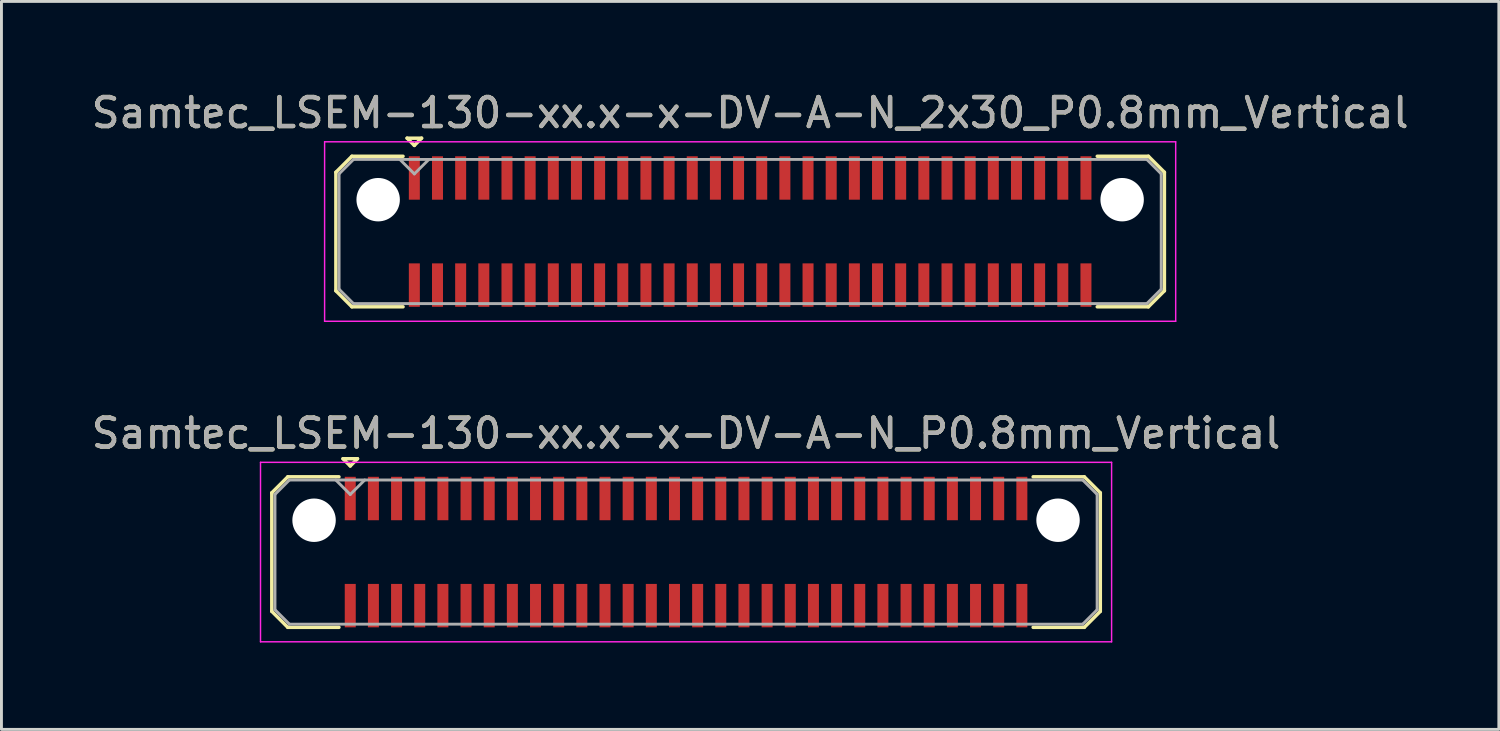
<source format=kicad_pcb>
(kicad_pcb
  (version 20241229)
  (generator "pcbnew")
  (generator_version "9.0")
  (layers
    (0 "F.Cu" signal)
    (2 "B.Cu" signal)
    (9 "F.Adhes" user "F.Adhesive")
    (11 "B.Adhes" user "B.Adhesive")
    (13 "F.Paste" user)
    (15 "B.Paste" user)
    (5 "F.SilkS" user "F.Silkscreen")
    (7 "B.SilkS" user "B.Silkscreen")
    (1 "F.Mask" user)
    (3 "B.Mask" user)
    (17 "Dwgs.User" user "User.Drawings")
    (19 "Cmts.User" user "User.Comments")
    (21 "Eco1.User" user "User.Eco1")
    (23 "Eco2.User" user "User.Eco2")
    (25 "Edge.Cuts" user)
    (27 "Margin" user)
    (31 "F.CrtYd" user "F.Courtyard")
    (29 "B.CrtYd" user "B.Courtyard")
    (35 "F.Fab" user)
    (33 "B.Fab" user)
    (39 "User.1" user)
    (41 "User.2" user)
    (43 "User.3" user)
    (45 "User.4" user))
  (footprint "Samtec_LSEM-130-xx.x-x-DV-A-N_P0.8mm_Vertical"
    (layer "F.Cu")
    (at 20.649 16.021)
    (property "Reference" "Samtec_LSEM-130-xx.x-x-DV-A-N_P0.8mm_Vertical" (at 0 -4.1 0) (layer "F.SilkS") (effects (font (size 1 1) (thickness 0.15))))
    (attr smd)
    (fp_line (start -14.31 -2.047) (end -14.31 2.047) (stroke (width 0.12) (type solid)) (layer "F.SilkS"))
    (fp_line (start -14.31 2.047) (end -13.757 2.6) (stroke (width 0.12) (type solid)) (layer "F.SilkS"))
    (fp_line (start -13.757 -2.6) (end -14.31 -2.047) (stroke (width 0.12) (type solid)) (layer "F.SilkS"))
    (fp_line (start -13.757 2.6) (end -11.99 2.6) (stroke (width 0.12) (type solid)) (layer "F.SilkS"))
    (fp_line (start -11.99 -2.6) (end -13.757 -2.6) (stroke (width 0.12) (type solid)) (layer "F.SilkS"))
    (fp_line (start -11.85 -3.225) (end -11.35 -3.225) (stroke (width 0.12) (type solid)) (layer "F.SilkS"))
    (fp_line (start -11.6 -2.975) (end -11.85 -3.225) (stroke (width 0.12) (type solid)) (layer "F.SilkS"))
    (fp_line (start -11.35 -3.225) (end -11.6 -2.975) (stroke (width 0.12) (type solid)) (layer "F.SilkS"))
    (fp_line (start 11.99 -2.6) (end 13.757 -2.6) (stroke (width 0.12) (type solid)) (layer "F.SilkS"))
    (fp_line (start 13.757 -2.6) (end 14.31 -2.047) (stroke (width 0.12) (type solid)) (layer "F.SilkS"))
    (fp_line (start 13.757 2.6) (end 11.99 2.6) (stroke (width 0.12) (type solid)) (layer "F.SilkS"))
    (fp_line (start 14.31 -2.047) (end 14.31 2.047) (stroke (width 0.12) (type solid)) (layer "F.SilkS"))
    (fp_line (start 14.31 2.047) (end 13.757 2.6) (stroke (width 0.12) (type solid)) (layer "F.SilkS"))
    (fp_line (start -14.7 -3.1) (end -14.7 3.1) (stroke (width 0.05) (type solid)) (layer "F.CrtYd"))
    (fp_line (start -14.7 3.1) (end 14.7 3.1) (stroke (width 0.05) (type solid)) (layer "F.CrtYd"))
    (fp_line (start 14.7 -3.1) (end -14.7 -3.1) (stroke (width 0.05) (type solid)) (layer "F.CrtYd"))
    (fp_line (start 14.7 3.1) (end 14.7 -3.1) (stroke (width 0.05) (type solid)) (layer "F.CrtYd"))
    (fp_line (start -14.2 -1.992) (end -14.2 1.992) (stroke (width 0.1) (type solid)) (layer "F.Fab"))
    (fp_line (start -14.2 1.992) (end -13.702 2.49) (stroke (width 0.1) (type solid)) (layer "F.Fab"))
    (fp_line (start -13.702 -2.49) (end -14.2 -1.992) (stroke (width 0.1) (type solid)) (layer "F.Fab"))
    (fp_line (start -13.702 2.49) (end 13.702 2.49) (stroke (width 0.1) (type solid)) (layer "F.Fab"))
    (fp_line (start -11.6 -1.99) (end -12.1 -2.49) (stroke (width 0.1) (type solid)) (layer "F.Fab"))
    (fp_line (start -11.1 -2.49) (end -11.6 -1.99) (stroke (width 0.1) (type solid)) (layer "F.Fab"))
    (fp_line (start 13.702 -2.49) (end -13.702 -2.49) (stroke (width 0.1) (type solid)) (layer "F.Fab"))
    (fp_line (start 13.702 2.49) (end 14.2 1.992) (stroke (width 0.1) (type solid)) (layer "F.Fab"))
    (fp_line (start 14.2 -1.992) (end 13.702 -2.49) (stroke (width 0.1) (type solid)) (layer "F.Fab"))
    (fp_line (start 14.2 1.992) (end 14.2 -1.992) (stroke (width 0.1) (type solid)) (layer "F.Fab"))
    (fp_text user "${REFERENCE}" (at 0 -4.1 0) (layer "F.Fab") (effects (font (size 1 1) (thickness 0.15))))
    (pad "" np_thru_hole circle (at -12.85 -1.1) (size 1.5 1.5) (drill 1.5) (layers "*.Cu" "*.Mask"))
    (pad "" np_thru_hole circle (at 12.85 -1.1) (size 1.5 1.5) (drill 1.5) (layers "*.Cu" "*.Mask"))
    (pad "1" smd rect (at -11.6 -1.85) (size 0.38 1.5) (layers "F.Cu" "F.Mask" "F.Paste"))
    (pad "2" smd rect (at -11.6 1.85) (size 0.38 1.5) (layers "F.Cu" "F.Mask" "F.Paste"))
    (pad "3" smd rect (at -10.8 -1.85) (size 0.38 1.5) (layers "F.Cu" "F.Mask" "F.Paste"))
    (pad "4" smd rect (at -10.8 1.85) (size 0.38 1.5) (layers "F.Cu" "F.Mask" "F.Paste"))
    (pad "5" smd rect (at -10 -1.85) (size 0.38 1.5) (layers "F.Cu" "F.Mask" "F.Paste"))
    (pad "6" smd rect (at -10 1.85) (size 0.38 1.5) (layers "F.Cu" "F.Mask" "F.Paste"))
    (pad "7" smd rect (at -9.2 -1.85) (size 0.38 1.5) (layers "F.Cu" "F.Mask" "F.Paste"))
    (pad "8" smd rect (at -9.2 1.85) (size 0.38 1.5) (layers "F.Cu" "F.Mask" "F.Paste"))
    (pad "9" smd rect (at -8.4 -1.85) (size 0.38 1.5) (layers "F.Cu" "F.Mask" "F.Paste"))
    (pad "10" smd rect (at -8.4 1.85) (size 0.38 1.5) (layers "F.Cu" "F.Mask" "F.Paste"))
    (pad "11" smd rect (at -7.6 -1.85) (size 0.38 1.5) (layers "F.Cu" "F.Mask" "F.Paste"))
    (pad "12" smd rect (at -7.6 1.85) (size 0.38 1.5) (layers "F.Cu" "F.Mask" "F.Paste"))
    (pad "13" smd rect (at -6.8 -1.85) (size 0.38 1.5) (layers "F.Cu" "F.Mask" "F.Paste"))
    (pad "14" smd rect (at -6.8 1.85) (size 0.38 1.5) (layers "F.Cu" "F.Mask" "F.Paste"))
    (pad "15" smd rect (at -6 -1.85) (size 0.38 1.5) (layers "F.Cu" "F.Mask" "F.Paste"))
    (pad "16" smd rect (at -6 1.85) (size 0.38 1.5) (layers "F.Cu" "F.Mask" "F.Paste"))
    (pad "17" smd rect (at -5.2 -1.85) (size 0.38 1.5) (layers "F.Cu" "F.Mask" "F.Paste"))
    (pad "18" smd rect (at -5.2 1.85) (size 0.38 1.5) (layers "F.Cu" "F.Mask" "F.Paste"))
    (pad "19" smd rect (at -4.4 -1.85) (size 0.38 1.5) (layers "F.Cu" "F.Mask" "F.Paste"))
    (pad "20" smd rect (at -4.4 1.85) (size 0.38 1.5) (layers "F.Cu" "F.Mask" "F.Paste"))
    (pad "21" smd rect (at -3.6 -1.85) (size 0.38 1.5) (layers "F.Cu" "F.Mask" "F.Paste"))
    (pad "22" smd rect (at -3.6 1.85) (size 0.38 1.5) (layers "F.Cu" "F.Mask" "F.Paste"))
    (pad "23" smd rect (at -2.8 -1.85) (size 0.38 1.5) (layers "F.Cu" "F.Mask" "F.Paste"))
    (pad "24" smd rect (at -2.8 1.85) (size 0.38 1.5) (layers "F.Cu" "F.Mask" "F.Paste"))
    (pad "25" smd rect (at -2 -1.85) (size 0.38 1.5) (layers "F.Cu" "F.Mask" "F.Paste"))
    (pad "26" smd rect (at -2 1.85) (size 0.38 1.5) (layers "F.Cu" "F.Mask" "F.Paste"))
    (pad "27" smd rect (at -1.2 -1.85) (size 0.38 1.5) (layers "F.Cu" "F.Mask" "F.Paste"))
    (pad "28" smd rect (at -1.2 1.85) (size 0.38 1.5) (layers "F.Cu" "F.Mask" "F.Paste"))
    (pad "29" smd rect (at -0.4 -1.85) (size 0.38 1.5) (layers "F.Cu" "F.Mask" "F.Paste"))
    (pad "30" smd rect (at -0.4 1.85) (size 0.38 1.5) (layers "F.Cu" "F.Mask" "F.Paste"))
    (pad "31" smd rect (at 0.4 -1.85) (size 0.38 1.5) (layers "F.Cu" "F.Mask" "F.Paste"))
    (pad "32" smd rect (at 0.4 1.85) (size 0.38 1.5) (layers "F.Cu" "F.Mask" "F.Paste"))
    (pad "33" smd rect (at 1.2 -1.85) (size 0.38 1.5) (layers "F.Cu" "F.Mask" "F.Paste"))
    (pad "34" smd rect (at 1.2 1.85) (size 0.38 1.5) (layers "F.Cu" "F.Mask" "F.Paste"))
    (pad "35" smd rect (at 2 -1.85) (size 0.38 1.5) (layers "F.Cu" "F.Mask" "F.Paste"))
    (pad "36" smd rect (at 2 1.85) (size 0.38 1.5) (layers "F.Cu" "F.Mask" "F.Paste"))
    (pad "37" smd rect (at 2.8 -1.85) (size 0.38 1.5) (layers "F.Cu" "F.Mask" "F.Paste"))
    (pad "38" smd rect (at 2.8 1.85) (size 0.38 1.5) (layers "F.Cu" "F.Mask" "F.Paste"))
    (pad "39" smd rect (at 3.6 -1.85) (size 0.38 1.5) (layers "F.Cu" "F.Mask" "F.Paste"))
    (pad "40" smd rect (at 3.6 1.85) (size 0.38 1.5) (layers "F.Cu" "F.Mask" "F.Paste"))
    (pad "41" smd rect (at 4.4 -1.85) (size 0.38 1.5) (layers "F.Cu" "F.Mask" "F.Paste"))
    (pad "42" smd rect (at 4.4 1.85) (size 0.38 1.5) (layers "F.Cu" "F.Mask" "F.Paste"))
    (pad "43" smd rect (at 5.2 -1.85) (size 0.38 1.5) (layers "F.Cu" "F.Mask" "F.Paste"))
    (pad "44" smd rect (at 5.2 1.85) (size 0.38 1.5) (layers "F.Cu" "F.Mask" "F.Paste"))
    (pad "45" smd rect (at 6 -1.85) (size 0.38 1.5) (layers "F.Cu" "F.Mask" "F.Paste"))
    (pad "46" smd rect (at 6 1.85) (size 0.38 1.5) (layers "F.Cu" "F.Mask" "F.Paste"))
    (pad "47" smd rect (at 6.8 -1.85) (size 0.38 1.5) (layers "F.Cu" "F.Mask" "F.Paste"))
    (pad "48" smd rect (at 6.8 1.85) (size 0.38 1.5) (layers "F.Cu" "F.Mask" "F.Paste"))
    (pad "49" smd rect (at 7.6 -1.85) (size 0.38 1.5) (layers "F.Cu" "F.Mask" "F.Paste"))
    (pad "50" smd rect (at 7.6 1.85) (size 0.38 1.5) (layers "F.Cu" "F.Mask" "F.Paste"))
    (pad "51" smd rect (at 8.4 -1.85) (size 0.38 1.5) (layers "F.Cu" "F.Mask" "F.Paste"))
    (pad "52" smd rect (at 8.4 1.85) (size 0.38 1.5) (layers "F.Cu" "F.Mask" "F.Paste"))
    (pad "53" smd rect (at 9.2 -1.85) (size 0.38 1.5) (layers "F.Cu" "F.Mask" "F.Paste"))
    (pad "54" smd rect (at 9.2 1.85) (size 0.38 1.5) (layers "F.Cu" "F.Mask" "F.Paste"))
    (pad "55" smd rect (at 10 -1.85) (size 0.38 1.5) (layers "F.Cu" "F.Mask" "F.Paste"))
    (pad "56" smd rect (at 10 1.85) (size 0.38 1.5) (layers "F.Cu" "F.Mask" "F.Paste"))
    (pad "57" smd rect (at 10.8 -1.85) (size 0.38 1.5) (layers "F.Cu" "F.Mask" "F.Paste"))
    (pad "58" smd rect (at 10.8 1.85) (size 0.38 1.5) (layers "F.Cu" "F.Mask" "F.Paste"))
    (pad "59" smd rect (at 11.6 -1.85) (size 0.38 1.5) (layers "F.Cu" "F.Mask" "F.Paste"))
    (pad "60" smd rect (at 11.6 1.85) (size 0.38 1.5) (layers "F.Cu" "F.Mask" "F.Paste")))
  (footprint "Samtec_LSEM-130-xx.x-x-DV-A-N_2x30_P0.8mm_Vertical"
    (layer "F.Cu")
    (at 22.863 4.948)
    (property "Reference" "Samtec_LSEM-130-xx.x-x-DV-A-N_2x30_P0.8mm_Vertical" (at 0 -4.1 0) (layer "F.SilkS") (effects (font (size 1 1) (thickness 0.15))))
    (attr smd)
    (fp_line (start -14.31 -2.047) (end -14.31 2.047) (stroke (width 0.12) (type solid)) (layer "F.SilkS"))
    (fp_line (start -14.31 2.047) (end -13.757 2.6) (stroke (width 0.12) (type solid)) (layer "F.SilkS"))
    (fp_line (start -13.757 -2.6) (end -14.31 -2.047) (stroke (width 0.12) (type solid)) (layer "F.SilkS"))
    (fp_line (start -13.757 2.6) (end -11.99 2.6) (stroke (width 0.12) (type solid)) (layer "F.SilkS"))
    (fp_line (start -11.99 -2.6) (end -13.757 -2.6) (stroke (width 0.12) (type solid)) (layer "F.SilkS"))
    (fp_line (start -11.85 -3.225) (end -11.35 -3.225) (stroke (width 0.12) (type solid)) (layer "F.SilkS"))
    (fp_line (start -11.6 -2.975) (end -11.85 -3.225) (stroke (width 0.12) (type solid)) (layer "F.SilkS"))
    (fp_line (start -11.35 -3.225) (end -11.6 -2.975) (stroke (width 0.12) (type solid)) (layer "F.SilkS"))
    (fp_line (start 11.99 -2.6) (end 13.757 -2.6) (stroke (width 0.12) (type solid)) (layer "F.SilkS"))
    (fp_line (start 13.757 -2.6) (end 14.31 -2.047) (stroke (width 0.12) (type solid)) (layer "F.SilkS"))
    (fp_line (start 13.757 2.6) (end 11.99 2.6) (stroke (width 0.12) (type solid)) (layer "F.SilkS"))
    (fp_line (start 14.31 -2.047) (end 14.31 2.047) (stroke (width 0.12) (type solid)) (layer "F.SilkS"))
    (fp_line (start 14.31 2.047) (end 13.757 2.6) (stroke (width 0.12) (type solid)) (layer "F.SilkS"))
    (fp_line (start -14.7 -3.1) (end -14.7 3.1) (stroke (width 0.05) (type solid)) (layer "F.CrtYd"))
    (fp_line (start -14.7 3.1) (end 14.7 3.1) (stroke (width 0.05) (type solid)) (layer "F.CrtYd"))
    (fp_line (start 14.7 -3.1) (end -14.7 -3.1) (stroke (width 0.05) (type solid)) (layer "F.CrtYd"))
    (fp_line (start 14.7 3.1) (end 14.7 -3.1) (stroke (width 0.05) (type solid)) (layer "F.CrtYd"))
    (fp_line (start -14.2 -1.992) (end -14.2 1.992) (stroke (width 0.1) (type solid)) (layer "F.Fab"))
    (fp_line (start -14.2 1.992) (end -13.702 2.49) (stroke (width 0.1) (type solid)) (layer "F.Fab"))
    (fp_line (start -13.702 -2.49) (end -14.2 -1.992) (stroke (width 0.1) (type solid)) (layer "F.Fab"))
    (fp_line (start -13.702 2.49) (end 13.702 2.49) (stroke (width 0.1) (type solid)) (layer "F.Fab"))
    (fp_line (start -11.6 -1.99) (end -12.1 -2.49) (stroke (width 0.1) (type solid)) (layer "F.Fab"))
    (fp_line (start -11.1 -2.49) (end -11.6 -1.99) (stroke (width 0.1) (type solid)) (layer "F.Fab"))
    (fp_line (start 13.702 -2.49) (end -13.702 -2.49) (stroke (width 0.1) (type solid)) (layer "F.Fab"))
    (fp_line (start 13.702 2.49) (end 14.2 1.992) (stroke (width 0.1) (type solid)) (layer "F.Fab"))
    (fp_line (start 14.2 -1.992) (end 13.702 -2.49) (stroke (width 0.1) (type solid)) (layer "F.Fab"))
    (fp_line (start 14.2 1.992) (end 14.2 -1.992) (stroke (width 0.1) (type solid)) (layer "F.Fab"))
    (fp_text user "${REFERENCE}" (at 0 -4.1 0) (layer "F.Fab") (effects (font (size 1 1) (thickness 0.15))))
    (pad "" np_thru_hole circle (at -12.85 -1.1) (size 1.5 1.5) (drill 1.5) (layers "*.Cu" "*.Mask"))
    (pad "" np_thru_hole circle (at 12.85 -1.1) (size 1.5 1.5) (drill 1.5) (layers "*.Cu" "*.Mask"))
    (pad "1" smd rect (at -11.6 -1.85) (size 0.38 1.5) (layers "F.Cu" "F.Mask" "F.Paste"))
    (pad "2" smd rect (at -11.6 1.85) (size 0.38 1.5) (layers "F.Cu" "F.Mask" "F.Paste"))
    (pad "3" smd rect (at -10.8 -1.85) (size 0.38 1.5) (layers "F.Cu" "F.Mask" "F.Paste"))
    (pad "4" smd rect (at -10.8 1.85) (size 0.38 1.5) (layers "F.Cu" "F.Mask" "F.Paste"))
    (pad "5" smd rect (at -10 -1.85) (size 0.38 1.5) (layers "F.Cu" "F.Mask" "F.Paste"))
    (pad "6" smd rect (at -10 1.85) (size 0.38 1.5) (layers "F.Cu" "F.Mask" "F.Paste"))
    (pad "7" smd rect (at -9.2 -1.85) (size 0.38 1.5) (layers "F.Cu" "F.Mask" "F.Paste"))
    (pad "8" smd rect (at -9.2 1.85) (size 0.38 1.5) (layers "F.Cu" "F.Mask" "F.Paste"))
    (pad "9" smd rect (at -8.4 -1.85) (size 0.38 1.5) (layers "F.Cu" "F.Mask" "F.Paste"))
    (pad "10" smd rect (at -8.4 1.85) (size 0.38 1.5) (layers "F.Cu" "F.Mask" "F.Paste"))
    (pad "11" smd rect (at -7.6 -1.85) (size 0.38 1.5) (layers "F.Cu" "F.Mask" "F.Paste"))
    (pad "12" smd rect (at -7.6 1.85) (size 0.38 1.5) (layers "F.Cu" "F.Mask" "F.Paste"))
    (pad "13" smd rect (at -6.8 -1.85) (size 0.38 1.5) (layers "F.Cu" "F.Mask" "F.Paste"))
    (pad "14" smd rect (at -6.8 1.85) (size 0.38 1.5) (layers "F.Cu" "F.Mask" "F.Paste"))
    (pad "15" smd rect (at -6 -1.85) (size 0.38 1.5) (layers "F.Cu" "F.Mask" "F.Paste"))
    (pad "16" smd rect (at -6 1.85) (size 0.38 1.5) (layers "F.Cu" "F.Mask" "F.Paste"))
    (pad "17" smd rect (at -5.2 -1.85) (size 0.38 1.5) (layers "F.Cu" "F.Mask" "F.Paste"))
    (pad "18" smd rect (at -5.2 1.85) (size 0.38 1.5) (layers "F.Cu" "F.Mask" "F.Paste"))
    (pad "19" smd rect (at -4.4 -1.85) (size 0.38 1.5) (layers "F.Cu" "F.Mask" "F.Paste"))
    (pad "20" smd rect (at -4.4 1.85) (size 0.38 1.5) (layers "F.Cu" "F.Mask" "F.Paste"))
    (pad "21" smd rect (at -3.6 -1.85) (size 0.38 1.5) (layers "F.Cu" "F.Mask" "F.Paste"))
    (pad "22" smd rect (at -3.6 1.85) (size 0.38 1.5) (layers "F.Cu" "F.Mask" "F.Paste"))
    (pad "23" smd rect (at -2.8 -1.85) (size 0.38 1.5) (layers "F.Cu" "F.Mask" "F.Paste"))
    (pad "24" smd rect (at -2.8 1.85) (size 0.38 1.5) (layers "F.Cu" "F.Mask" "F.Paste"))
    (pad "25" smd rect (at -2 -1.85) (size 0.38 1.5) (layers "F.Cu" "F.Mask" "F.Paste"))
    (pad "26" smd rect (at -2 1.85) (size 0.38 1.5) (layers "F.Cu" "F.Mask" "F.Paste"))
    (pad "27" smd rect (at -1.2 -1.85) (size 0.38 1.5) (layers "F.Cu" "F.Mask" "F.Paste"))
    (pad "28" smd rect (at -1.2 1.85) (size 0.38 1.5) (layers "F.Cu" "F.Mask" "F.Paste"))
    (pad "29" smd rect (at -0.4 -1.85) (size 0.38 1.5) (layers "F.Cu" "F.Mask" "F.Paste"))
    (pad "30" smd rect (at -0.4 1.85) (size 0.38 1.5) (layers "F.Cu" "F.Mask" "F.Paste"))
    (pad "31" smd rect (at 0.4 -1.85) (size 0.38 1.5) (layers "F.Cu" "F.Mask" "F.Paste"))
    (pad "32" smd rect (at 0.4 1.85) (size 0.38 1.5) (layers "F.Cu" "F.Mask" "F.Paste"))
    (pad "33" smd rect (at 1.2 -1.85) (size 0.38 1.5) (layers "F.Cu" "F.Mask" "F.Paste"))
    (pad "34" smd rect (at 1.2 1.85) (size 0.38 1.5) (layers "F.Cu" "F.Mask" "F.Paste"))
    (pad "35" smd rect (at 2 -1.85) (size 0.38 1.5) (layers "F.Cu" "F.Mask" "F.Paste"))
    (pad "36" smd rect (at 2 1.85) (size 0.38 1.5) (layers "F.Cu" "F.Mask" "F.Paste"))
    (pad "37" smd rect (at 2.8 -1.85) (size 0.38 1.5) (layers "F.Cu" "F.Mask" "F.Paste"))
    (pad "38" smd rect (at 2.8 1.85) (size 0.38 1.5) (layers "F.Cu" "F.Mask" "F.Paste"))
    (pad "39" smd rect (at 3.6 -1.85) (size 0.38 1.5) (layers "F.Cu" "F.Mask" "F.Paste"))
    (pad "40" smd rect (at 3.6 1.85) (size 0.38 1.5) (layers "F.Cu" "F.Mask" "F.Paste"))
    (pad "41" smd rect (at 4.4 -1.85) (size 0.38 1.5) (layers "F.Cu" "F.Mask" "F.Paste"))
    (pad "42" smd rect (at 4.4 1.85) (size 0.38 1.5) (layers "F.Cu" "F.Mask" "F.Paste"))
    (pad "43" smd rect (at 5.2 -1.85) (size 0.38 1.5) (layers "F.Cu" "F.Mask" "F.Paste"))
    (pad "44" smd rect (at 5.2 1.85) (size 0.38 1.5) (layers "F.Cu" "F.Mask" "F.Paste"))
    (pad "45" smd rect (at 6 -1.85) (size 0.38 1.5) (layers "F.Cu" "F.Mask" "F.Paste"))
    (pad "46" smd rect (at 6 1.85) (size 0.38 1.5) (layers "F.Cu" "F.Mask" "F.Paste"))
    (pad "47" smd rect (at 6.8 -1.85) (size 0.38 1.5) (layers "F.Cu" "F.Mask" "F.Paste"))
    (pad "48" smd rect (at 6.8 1.85) (size 0.38 1.5) (layers "F.Cu" "F.Mask" "F.Paste"))
    (pad "49" smd rect (at 7.6 -1.85) (size 0.38 1.5) (layers "F.Cu" "F.Mask" "F.Paste"))
    (pad "50" smd rect (at 7.6 1.85) (size 0.38 1.5) (layers "F.Cu" "F.Mask" "F.Paste"))
    (pad "51" smd rect (at 8.4 -1.85) (size 0.38 1.5) (layers "F.Cu" "F.Mask" "F.Paste"))
    (pad "52" smd rect (at 8.4 1.85) (size 0.38 1.5) (layers "F.Cu" "F.Mask" "F.Paste"))
    (pad "53" smd rect (at 9.2 -1.85) (size 0.38 1.5) (layers "F.Cu" "F.Mask" "F.Paste"))
    (pad "54" smd rect (at 9.2 1.85) (size 0.38 1.5) (layers "F.Cu" "F.Mask" "F.Paste"))
    (pad "55" smd rect (at 10 -1.85) (size 0.38 1.5) (layers "F.Cu" "F.Mask" "F.Paste"))
    (pad "56" smd rect (at 10 1.85) (size 0.38 1.5) (layers "F.Cu" "F.Mask" "F.Paste"))
    (pad "57" smd rect (at 10.8 -1.85) (size 0.38 1.5) (layers "F.Cu" "F.Mask" "F.Paste"))
    (pad "58" smd rect (at 10.8 1.85) (size 0.38 1.5) (layers "F.Cu" "F.Mask" "F.Paste"))
    (pad "59" smd rect (at 11.6 -1.85) (size 0.38 1.5) (layers "F.Cu" "F.Mask" "F.Paste"))
    (pad "60" smd rect (at 11.6 1.85) (size 0.38 1.5) (layers "F.Cu" "F.Mask" "F.Paste")))
  (gr_rect
    (start -3 -3)
    (end 48.726 22.146)
    (stroke (width 0.1) (type default))
    (fill no)
    (layer "Edge.Cuts")))
</source>
